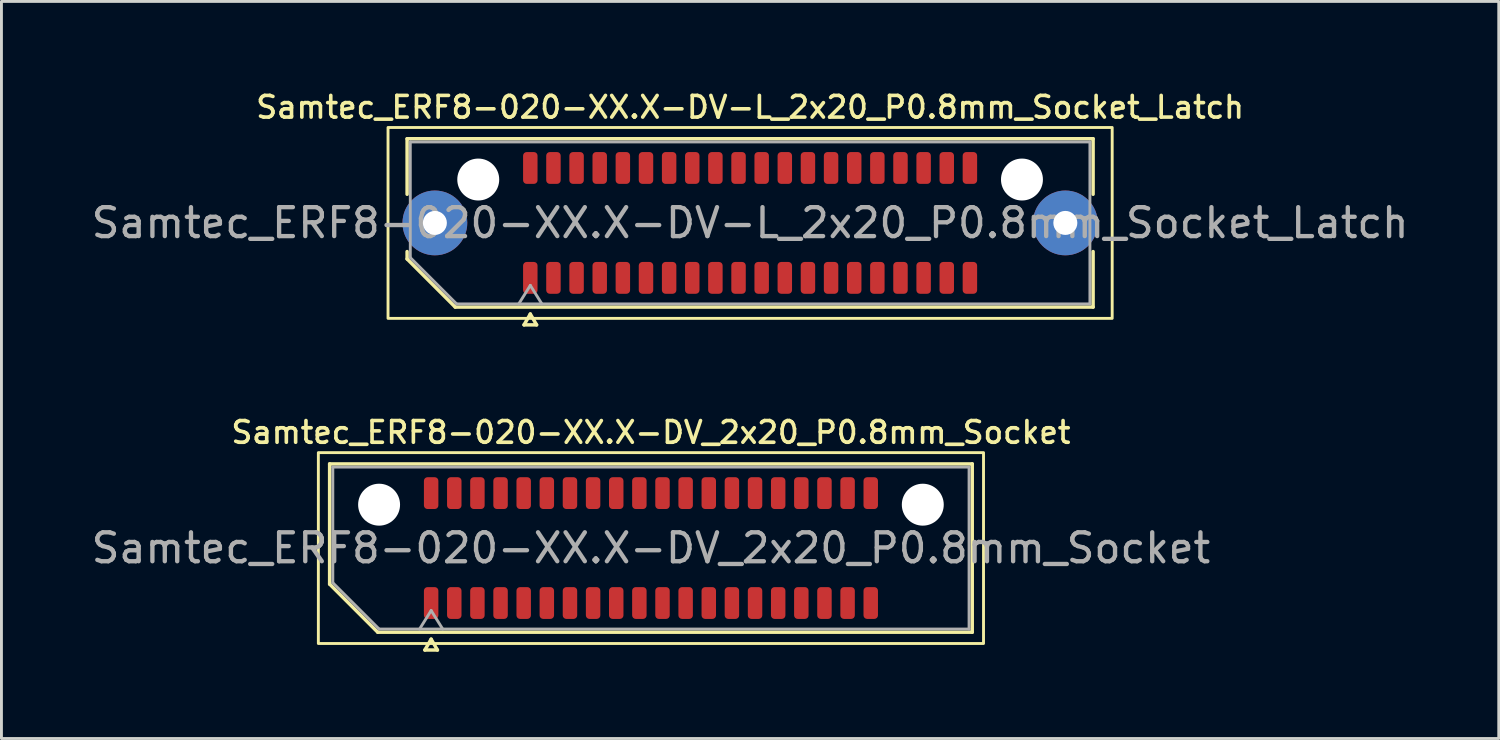
<source format=kicad_pcb>
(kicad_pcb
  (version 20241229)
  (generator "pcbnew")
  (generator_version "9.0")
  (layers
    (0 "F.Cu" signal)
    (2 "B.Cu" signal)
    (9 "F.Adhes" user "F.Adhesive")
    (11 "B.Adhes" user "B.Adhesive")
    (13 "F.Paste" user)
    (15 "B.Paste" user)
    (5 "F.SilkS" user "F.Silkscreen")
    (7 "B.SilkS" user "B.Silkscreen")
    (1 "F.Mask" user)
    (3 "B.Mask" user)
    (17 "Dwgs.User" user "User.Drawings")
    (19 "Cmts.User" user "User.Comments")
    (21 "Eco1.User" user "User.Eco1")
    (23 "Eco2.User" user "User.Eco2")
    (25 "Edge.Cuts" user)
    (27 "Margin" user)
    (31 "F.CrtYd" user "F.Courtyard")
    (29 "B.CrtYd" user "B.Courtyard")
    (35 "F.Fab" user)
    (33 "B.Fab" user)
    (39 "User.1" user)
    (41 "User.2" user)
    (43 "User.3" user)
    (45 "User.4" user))
  (footprint "Samtec_ERF8-020-XX.X-DV_2x20_P0.8mm_Socket"
    (layer "F.Cu")
    (at 19.458 15.901)
    (property "Reference" "Samtec_ERF8-020-XX.X-DV_2x20_P0.8mm_Socket" (at 0 -4 0) (layer "F.SilkS") (effects (font (size 0.75 0.75) (thickness 0.125))))
    (attr smd)
    (fp_line (start -11.11 -2.91) (end 11.11 -2.91) (stroke (width 0.12) (type solid)) (layer "F.SilkS"))
    (fp_line (start -11.11 1.246) (end -11.11 -2.91) (stroke (width 0.12) (type solid)) (layer "F.SilkS"))
    (fp_line (start -9.446 2.91) (end -11.11 1.246) (stroke (width 0.12) (type solid)) (layer "F.SilkS"))
    (fp_line (start -7.817 3.525) (end -7.6 3.15) (stroke (width 0.12) (type solid)) (layer "F.SilkS"))
    (fp_line (start -7.6 3.15) (end -7.383 3.525) (stroke (width 0.12) (type solid)) (layer "F.SilkS"))
    (fp_line (start -7.383 3.525) (end -7.817 3.525) (stroke (width 0.12) (type solid)) (layer "F.SilkS"))
    (fp_line (start 11.11 -2.91) (end 11.11 2.91) (stroke (width 0.12) (type solid)) (layer "F.SilkS"))
    (fp_line (start 11.11 2.91) (end -9.446 2.91) (stroke (width 0.12) (type solid)) (layer "F.SilkS"))
    (fp_rect (start -11.5 -3.3) (end 11.5 3.3) (stroke (width 0.1) (type solid)) (fill no) (layer "F.SilkS"))
    (fp_line (start -11 -2.8) (end 11 -2.8) (stroke (width 0.1) (type solid)) (layer "F.Fab"))
    (fp_line (start -11 1.2) (end -11 -2.8) (stroke (width 0.1) (type solid)) (layer "F.Fab"))
    (fp_line (start -9.4 2.8) (end -11 1.2) (stroke (width 0.1) (type solid)) (layer "F.Fab"))
    (fp_line (start -8 2.8) (end -7.6 2.16) (stroke (width 0.1) (type solid)) (layer "F.Fab"))
    (fp_line (start -7.6 2.16) (end -7.2 2.8) (stroke (width 0.1) (type solid)) (layer "F.Fab"))
    (fp_line (start 11 -2.8) (end 11 2.8) (stroke (width 0.1) (type solid)) (layer "F.Fab"))
    (fp_line (start 11 2.8) (end -9.4 2.8) (stroke (width 0.1) (type solid)) (layer "F.Fab"))
    (fp_text user "${REFERENCE}" (at 0 0 0) (layer "F.Fab") (effects (font (size 1 1) (thickness 0.15))))
    (pad "" np_thru_hole circle (at -9.4 -1.5) (size 1.45 1.45) (drill 1.45) (layers "*.Cu" "*.Mask"))
    (pad "" np_thru_hole circle (at 9.4 -1.5) (size 1.45 1.45) (drill 1.45) (layers "*.Cu" "*.Mask"))
    (pad "1" smd roundrect (at -7.6 1.9) (size 0.5 1.1) (layers "F.Cu" "F.Mask" "F.Paste") (roundrect_rratio 0.25))
    (pad "2" smd roundrect (at -7.6 -1.9) (size 0.5 1.1) (layers "F.Cu" "F.Mask" "F.Paste") (roundrect_rratio 0.25))
    (pad "3" smd roundrect (at -6.8 1.9) (size 0.5 1.1) (layers "F.Cu" "F.Mask" "F.Paste") (roundrect_rratio 0.25))
    (pad "4" smd roundrect (at -6.8 -1.9) (size 0.5 1.1) (layers "F.Cu" "F.Mask" "F.Paste") (roundrect_rratio 0.25))
    (pad "5" smd roundrect (at -6 1.9) (size 0.5 1.1) (layers "F.Cu" "F.Mask" "F.Paste") (roundrect_rratio 0.25))
    (pad "6" smd roundrect (at -6 -1.9) (size 0.5 1.1) (layers "F.Cu" "F.Mask" "F.Paste") (roundrect_rratio 0.25))
    (pad "7" smd roundrect (at -5.2 1.9) (size 0.5 1.1) (layers "F.Cu" "F.Mask" "F.Paste") (roundrect_rratio 0.25))
    (pad "8" smd roundrect (at -5.2 -1.9) (size 0.5 1.1) (layers "F.Cu" "F.Mask" "F.Paste") (roundrect_rratio 0.25))
    (pad "9" smd roundrect (at -4.4 1.9) (size 0.5 1.1) (layers "F.Cu" "F.Mask" "F.Paste") (roundrect_rratio 0.25))
    (pad "10" smd roundrect (at -4.4 -1.9) (size 0.5 1.1) (layers "F.Cu" "F.Mask" "F.Paste") (roundrect_rratio 0.25))
    (pad "11" smd roundrect (at -3.6 1.9) (size 0.5 1.1) (layers "F.Cu" "F.Mask" "F.Paste") (roundrect_rratio 0.25))
    (pad "12" smd roundrect (at -3.6 -1.9) (size 0.5 1.1) (layers "F.Cu" "F.Mask" "F.Paste") (roundrect_rratio 0.25))
    (pad "13" smd roundrect (at -2.8 1.9) (size 0.5 1.1) (layers "F.Cu" "F.Mask" "F.Paste") (roundrect_rratio 0.25))
    (pad "14" smd roundrect (at -2.8 -1.9) (size 0.5 1.1) (layers "F.Cu" "F.Mask" "F.Paste") (roundrect_rratio 0.25))
    (pad "15" smd roundrect (at -2 1.9) (size 0.5 1.1) (layers "F.Cu" "F.Mask" "F.Paste") (roundrect_rratio 0.25))
    (pad "16" smd roundrect (at -2 -1.9) (size 0.5 1.1) (layers "F.Cu" "F.Mask" "F.Paste") (roundrect_rratio 0.25))
    (pad "17" smd roundrect (at -1.2 1.9) (size 0.5 1.1) (layers "F.Cu" "F.Mask" "F.Paste") (roundrect_rratio 0.25))
    (pad "18" smd roundrect (at -1.2 -1.9) (size 0.5 1.1) (layers "F.Cu" "F.Mask" "F.Paste") (roundrect_rratio 0.25))
    (pad "19" smd roundrect (at -0.4 1.9) (size 0.5 1.1) (layers "F.Cu" "F.Mask" "F.Paste") (roundrect_rratio 0.25))
    (pad "20" smd roundrect (at -0.4 -1.9) (size 0.5 1.1) (layers "F.Cu" "F.Mask" "F.Paste") (roundrect_rratio 0.25))
    (pad "21" smd roundrect (at 0.4 1.9) (size 0.5 1.1) (layers "F.Cu" "F.Mask" "F.Paste") (roundrect_rratio 0.25))
    (pad "22" smd roundrect (at 0.4 -1.9) (size 0.5 1.1) (layers "F.Cu" "F.Mask" "F.Paste") (roundrect_rratio 0.25))
    (pad "23" smd roundrect (at 1.2 1.9) (size 0.5 1.1) (layers "F.Cu" "F.Mask" "F.Paste") (roundrect_rratio 0.25))
    (pad "24" smd roundrect (at 1.2 -1.9) (size 0.5 1.1) (layers "F.Cu" "F.Mask" "F.Paste") (roundrect_rratio 0.25))
    (pad "25" smd roundrect (at 2 1.9) (size 0.5 1.1) (layers "F.Cu" "F.Mask" "F.Paste") (roundrect_rratio 0.25))
    (pad "26" smd roundrect (at 2 -1.9) (size 0.5 1.1) (layers "F.Cu" "F.Mask" "F.Paste") (roundrect_rratio 0.25))
    (pad "27" smd roundrect (at 2.8 1.9) (size 0.5 1.1) (layers "F.Cu" "F.Mask" "F.Paste") (roundrect_rratio 0.25))
    (pad "28" smd roundrect (at 2.8 -1.9) (size 0.5 1.1) (layers "F.Cu" "F.Mask" "F.Paste") (roundrect_rratio 0.25))
    (pad "29" smd roundrect (at 3.6 1.9) (size 0.5 1.1) (layers "F.Cu" "F.Mask" "F.Paste") (roundrect_rratio 0.25))
    (pad "30" smd roundrect (at 3.6 -1.9) (size 0.5 1.1) (layers "F.Cu" "F.Mask" "F.Paste") (roundrect_rratio 0.25))
    (pad "31" smd roundrect (at 4.4 1.9) (size 0.5 1.1) (layers "F.Cu" "F.Mask" "F.Paste") (roundrect_rratio 0.25))
    (pad "32" smd roundrect (at 4.4 -1.9) (size 0.5 1.1) (layers "F.Cu" "F.Mask" "F.Paste") (roundrect_rratio 0.25))
    (pad "33" smd roundrect (at 5.2 1.9) (size 0.5 1.1) (layers "F.Cu" "F.Mask" "F.Paste") (roundrect_rratio 0.25))
    (pad "34" smd roundrect (at 5.2 -1.9) (size 0.5 1.1) (layers "F.Cu" "F.Mask" "F.Paste") (roundrect_rratio 0.25))
    (pad "35" smd roundrect (at 6 1.9) (size 0.5 1.1) (layers "F.Cu" "F.Mask" "F.Paste") (roundrect_rratio 0.25))
    (pad "36" smd roundrect (at 6 -1.9) (size 0.5 1.1) (layers "F.Cu" "F.Mask" "F.Paste") (roundrect_rratio 0.25))
    (pad "37" smd roundrect (at 6.8 1.9) (size 0.5 1.1) (layers "F.Cu" "F.Mask" "F.Paste") (roundrect_rratio 0.25))
    (pad "38" smd roundrect (at 6.8 -1.9) (size 0.5 1.1) (layers "F.Cu" "F.Mask" "F.Paste") (roundrect_rratio 0.25))
    (pad "39" smd roundrect (at 7.6 1.9) (size 0.5 1.1) (layers "F.Cu" "F.Mask" "F.Paste") (roundrect_rratio 0.25))
    (pad "40" smd roundrect (at 7.6 -1.9) (size 0.5 1.1) (layers "F.Cu" "F.Mask" "F.Paste") (roundrect_rratio 0.25)))
  (footprint "Samtec_ERF8-020-XX.X-DV-L_2x20_P0.8mm_Socket_Latch"
    (layer "F.Cu")
    (at 22.887 4.658)
    (property "Reference" "Samtec_ERF8-020-XX.X-DV-L_2x20_P0.8mm_Socket_Latch" (at 0 -4 0) (layer "F.SilkS") (effects (font (size 0.75 0.75) (thickness 0.125))))
    (attr smd)
    (fp_line (start -11.86 -2.91) (end 11.86 -2.91) (stroke (width 0.12) (type solid)) (layer "F.SilkS"))
    (fp_line (start -11.86 -0.991) (end -11.86 -2.91) (stroke (width 0.12) (type solid)) (layer "F.SilkS"))
    (fp_line (start -11.86 1.246) (end -11.86 0.991) (stroke (width 0.12) (type solid)) (layer "F.SilkS"))
    (fp_line (start -10.196 2.91) (end -11.86 1.246) (stroke (width 0.12) (type solid)) (layer "F.SilkS"))
    (fp_line (start -7.817 3.525) (end -7.6 3.15) (stroke (width 0.12) (type solid)) (layer "F.SilkS"))
    (fp_line (start -7.6 3.15) (end -7.383 3.525) (stroke (width 0.12) (type solid)) (layer "F.SilkS"))
    (fp_line (start -7.383 3.525) (end -7.817 3.525) (stroke (width 0.12) (type solid)) (layer "F.SilkS"))
    (fp_line (start 11.86 -2.91) (end 11.86 -0.991) (stroke (width 0.12) (type solid)) (layer "F.SilkS"))
    (fp_line (start 11.86 0.991) (end 11.86 2.91) (stroke (width 0.12) (type solid)) (layer "F.SilkS"))
    (fp_line (start 11.86 2.91) (end -10.196 2.91) (stroke (width 0.12) (type solid)) (layer "F.SilkS"))
    (fp_rect (start -12.52 -3.3) (end 12.52 3.3) (stroke (width 0.1) (type solid)) (fill no) (layer "F.SilkS"))
    (fp_line (start -11.75 -2.8) (end 11.75 -2.8) (stroke (width 0.1) (type solid)) (layer "F.Fab"))
    (fp_line (start -11.75 1.2) (end -11.75 -2.8) (stroke (width 0.1) (type solid)) (layer "F.Fab"))
    (fp_line (start -10.15 2.8) (end -11.75 1.2) (stroke (width 0.1) (type solid)) (layer "F.Fab"))
    (fp_line (start -8 2.8) (end -7.6 2.16) (stroke (width 0.1) (type solid)) (layer "F.Fab"))
    (fp_line (start -7.6 2.16) (end -7.2 2.8) (stroke (width 0.1) (type solid)) (layer "F.Fab"))
    (fp_line (start 11.75 -2.8) (end 11.75 2.8) (stroke (width 0.1) (type solid)) (layer "F.Fab"))
    (fp_line (start 11.75 2.8) (end -10.15 2.8) (stroke (width 0.1) (type solid)) (layer "F.Fab"))
    (fp_text user "${REFERENCE}" (at 0 0 0) (layer "F.Fab") (effects (font (size 1 1) (thickness 0.15))))
    (pad "" thru_hole circle (at -10.9 0) (size 2.24 2.24) (drill 0.83) (layers "*.Cu" "*.Mask" "F.Paste"))
    (pad "" np_thru_hole circle (at -9.4 -1.5) (size 1.45 1.45) (drill 1.45) (layers "*.Cu" "*.Mask"))
    (pad "" np_thru_hole circle (at 9.4 -1.5) (size 1.45 1.45) (drill 1.45) (layers "*.Cu" "*.Mask"))
    (pad "" thru_hole circle (at 10.9 0) (size 2.24 2.24) (drill 0.83) (layers "*.Cu" "*.Mask" "F.Paste"))
    (pad "1" smd roundrect (at -7.6 1.9) (size 0.5 1.1) (layers "F.Cu" "F.Mask" "F.Paste") (roundrect_rratio 0.25))
    (pad "2" smd roundrect (at -7.6 -1.9) (size 0.5 1.1) (layers "F.Cu" "F.Mask" "F.Paste") (roundrect_rratio 0.25))
    (pad "3" smd roundrect (at -6.8 1.9) (size 0.5 1.1) (layers "F.Cu" "F.Mask" "F.Paste") (roundrect_rratio 0.25))
    (pad "4" smd roundrect (at -6.8 -1.9) (size 0.5 1.1) (layers "F.Cu" "F.Mask" "F.Paste") (roundrect_rratio 0.25))
    (pad "5" smd roundrect (at -6 1.9) (size 0.5 1.1) (layers "F.Cu" "F.Mask" "F.Paste") (roundrect_rratio 0.25))
    (pad "6" smd roundrect (at -6 -1.9) (size 0.5 1.1) (layers "F.Cu" "F.Mask" "F.Paste") (roundrect_rratio 0.25))
    (pad "7" smd roundrect (at -5.2 1.9) (size 0.5 1.1) (layers "F.Cu" "F.Mask" "F.Paste") (roundrect_rratio 0.25))
    (pad "8" smd roundrect (at -5.2 -1.9) (size 0.5 1.1) (layers "F.Cu" "F.Mask" "F.Paste") (roundrect_rratio 0.25))
    (pad "9" smd roundrect (at -4.4 1.9) (size 0.5 1.1) (layers "F.Cu" "F.Mask" "F.Paste") (roundrect_rratio 0.25))
    (pad "10" smd roundrect (at -4.4 -1.9) (size 0.5 1.1) (layers "F.Cu" "F.Mask" "F.Paste") (roundrect_rratio 0.25))
    (pad "11" smd roundrect (at -3.6 1.9) (size 0.5 1.1) (layers "F.Cu" "F.Mask" "F.Paste") (roundrect_rratio 0.25))
    (pad "12" smd roundrect (at -3.6 -1.9) (size 0.5 1.1) (layers "F.Cu" "F.Mask" "F.Paste") (roundrect_rratio 0.25))
    (pad "13" smd roundrect (at -2.8 1.9) (size 0.5 1.1) (layers "F.Cu" "F.Mask" "F.Paste") (roundrect_rratio 0.25))
    (pad "14" smd roundrect (at -2.8 -1.9) (size 0.5 1.1) (layers "F.Cu" "F.Mask" "F.Paste") (roundrect_rratio 0.25))
    (pad "15" smd roundrect (at -2 1.9) (size 0.5 1.1) (layers "F.Cu" "F.Mask" "F.Paste") (roundrect_rratio 0.25))
    (pad "16" smd roundrect (at -2 -1.9) (size 0.5 1.1) (layers "F.Cu" "F.Mask" "F.Paste") (roundrect_rratio 0.25))
    (pad "17" smd roundrect (at -1.2 1.9) (size 0.5 1.1) (layers "F.Cu" "F.Mask" "F.Paste") (roundrect_rratio 0.25))
    (pad "18" smd roundrect (at -1.2 -1.9) (size 0.5 1.1) (layers "F.Cu" "F.Mask" "F.Paste") (roundrect_rratio 0.25))
    (pad "19" smd roundrect (at -0.4 1.9) (size 0.5 1.1) (layers "F.Cu" "F.Mask" "F.Paste") (roundrect_rratio 0.25))
    (pad "20" smd roundrect (at -0.4 -1.9) (size 0.5 1.1) (layers "F.Cu" "F.Mask" "F.Paste") (roundrect_rratio 0.25))
    (pad "21" smd roundrect (at 0.4 1.9) (size 0.5 1.1) (layers "F.Cu" "F.Mask" "F.Paste") (roundrect_rratio 0.25))
    (pad "22" smd roundrect (at 0.4 -1.9) (size 0.5 1.1) (layers "F.Cu" "F.Mask" "F.Paste") (roundrect_rratio 0.25))
    (pad "23" smd roundrect (at 1.2 1.9) (size 0.5 1.1) (layers "F.Cu" "F.Mask" "F.Paste") (roundrect_rratio 0.25))
    (pad "24" smd roundrect (at 1.2 -1.9) (size 0.5 1.1) (layers "F.Cu" "F.Mask" "F.Paste") (roundrect_rratio 0.25))
    (pad "25" smd roundrect (at 2 1.9) (size 0.5 1.1) (layers "F.Cu" "F.Mask" "F.Paste") (roundrect_rratio 0.25))
    (pad "26" smd roundrect (at 2 -1.9) (size 0.5 1.1) (layers "F.Cu" "F.Mask" "F.Paste") (roundrect_rratio 0.25))
    (pad "27" smd roundrect (at 2.8 1.9) (size 0.5 1.1) (layers "F.Cu" "F.Mask" "F.Paste") (roundrect_rratio 0.25))
    (pad "28" smd roundrect (at 2.8 -1.9) (size 0.5 1.1) (layers "F.Cu" "F.Mask" "F.Paste") (roundrect_rratio 0.25))
    (pad "29" smd roundrect (at 3.6 1.9) (size 0.5 1.1) (layers "F.Cu" "F.Mask" "F.Paste") (roundrect_rratio 0.25))
    (pad "30" smd roundrect (at 3.6 -1.9) (size 0.5 1.1) (layers "F.Cu" "F.Mask" "F.Paste") (roundrect_rratio 0.25))
    (pad "31" smd roundrect (at 4.4 1.9) (size 0.5 1.1) (layers "F.Cu" "F.Mask" "F.Paste") (roundrect_rratio 0.25))
    (pad "32" smd roundrect (at 4.4 -1.9) (size 0.5 1.1) (layers "F.Cu" "F.Mask" "F.Paste") (roundrect_rratio 0.25))
    (pad "33" smd roundrect (at 5.2 1.9) (size 0.5 1.1) (layers "F.Cu" "F.Mask" "F.Paste") (roundrect_rratio 0.25))
    (pad "34" smd roundrect (at 5.2 -1.9) (size 0.5 1.1) (layers "F.Cu" "F.Mask" "F.Paste") (roundrect_rratio 0.25))
    (pad "35" smd roundrect (at 6 1.9) (size 0.5 1.1) (layers "F.Cu" "F.Mask" "F.Paste") (roundrect_rratio 0.25))
    (pad "36" smd roundrect (at 6 -1.9) (size 0.5 1.1) (layers "F.Cu" "F.Mask" "F.Paste") (roundrect_rratio 0.25))
    (pad "37" smd roundrect (at 6.8 1.9) (size 0.5 1.1) (layers "F.Cu" "F.Mask" "F.Paste") (roundrect_rratio 0.25))
    (pad "38" smd roundrect (at 6.8 -1.9) (size 0.5 1.1) (layers "F.Cu" "F.Mask" "F.Paste") (roundrect_rratio 0.25))
    (pad "39" smd roundrect (at 7.6 1.9) (size 0.5 1.1) (layers "F.Cu" "F.Mask" "F.Paste") (roundrect_rratio 0.25))
    (pad "40" smd roundrect (at 7.6 -1.9) (size 0.5 1.1) (layers "F.Cu" "F.Mask" "F.Paste") (roundrect_rratio 0.25)))
  (gr_rect
    (start -3 -3)
    (end 48.774 22.486)
    (stroke (width 0.1) (type default))
    (fill no)
    (layer "Edge.Cuts")))
</source>
